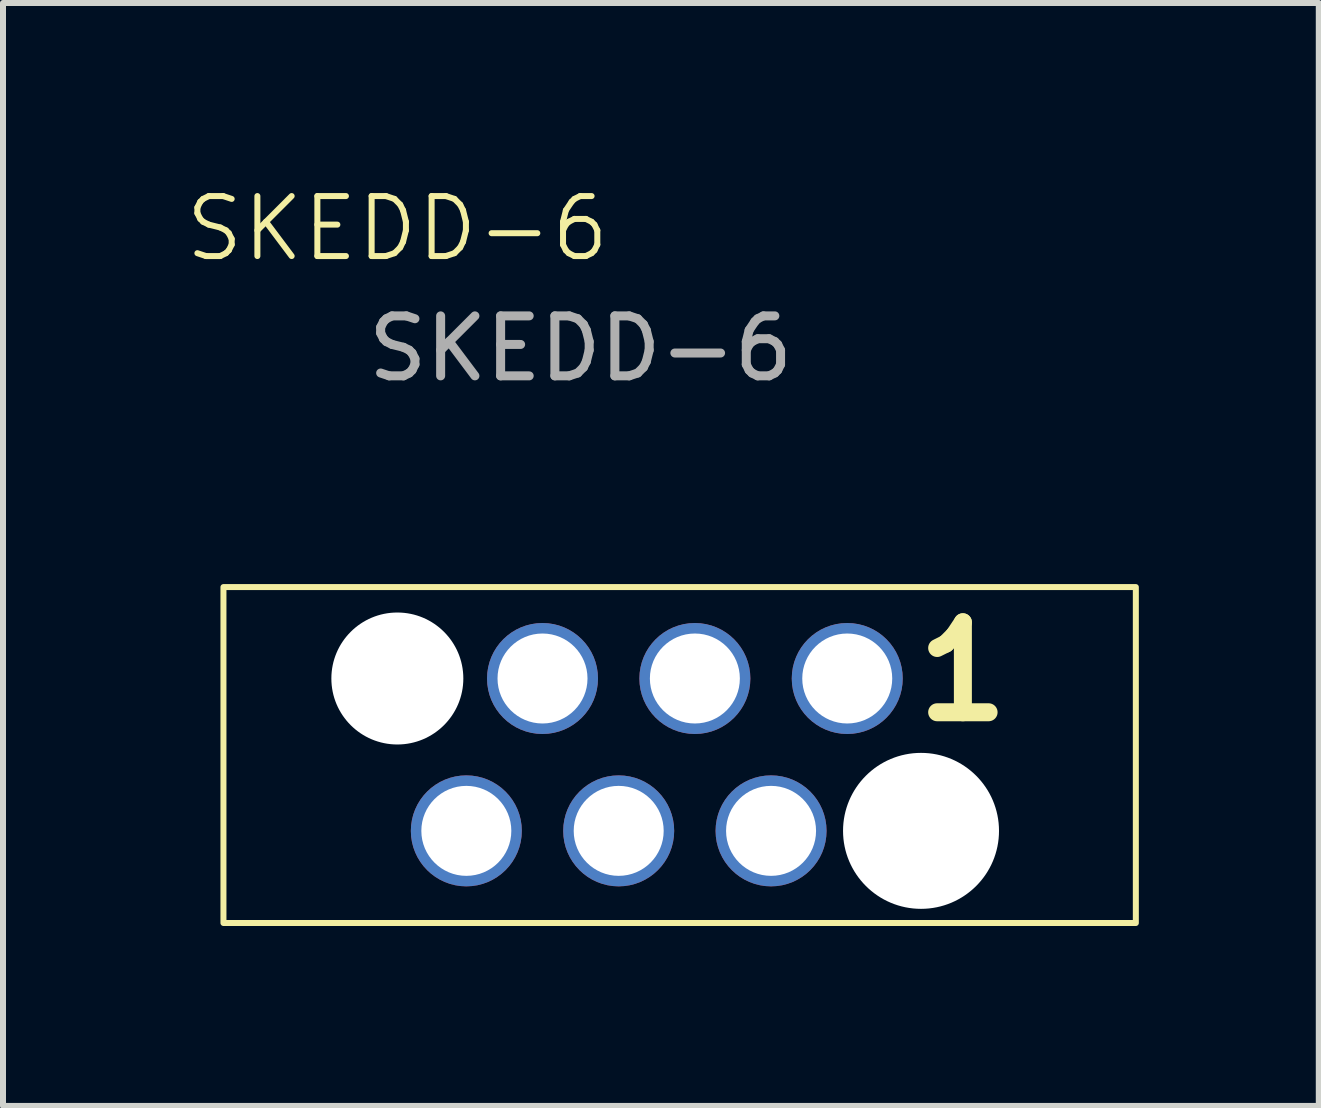
<source format=kicad_pcb>
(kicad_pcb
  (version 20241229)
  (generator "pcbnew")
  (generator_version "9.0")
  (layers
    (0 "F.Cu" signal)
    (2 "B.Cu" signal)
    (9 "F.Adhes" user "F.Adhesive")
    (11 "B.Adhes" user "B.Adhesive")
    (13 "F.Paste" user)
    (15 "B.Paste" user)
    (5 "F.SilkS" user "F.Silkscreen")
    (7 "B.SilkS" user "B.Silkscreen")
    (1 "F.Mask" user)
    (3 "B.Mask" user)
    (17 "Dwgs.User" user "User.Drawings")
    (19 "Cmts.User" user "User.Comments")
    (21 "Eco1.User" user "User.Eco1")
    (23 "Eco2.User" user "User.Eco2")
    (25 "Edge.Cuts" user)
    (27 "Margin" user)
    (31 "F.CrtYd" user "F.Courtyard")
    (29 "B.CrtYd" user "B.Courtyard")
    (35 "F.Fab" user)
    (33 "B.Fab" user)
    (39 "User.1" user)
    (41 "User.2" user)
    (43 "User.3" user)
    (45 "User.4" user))
  (footprint "SKEDD-6"
    (layer "F.Cu")
    (at 11.074 8.261)
    (property "Reference" "SKEDD-6" (at -7.5 -7.5 0) (unlocked yes) (layer "F.SilkS") (effects (font (size 1 1) (thickness 0.1))))
    (attr through_hole)
    (fp_rect (start -10.399 -1.524) (end 4.811 4.076) (stroke (width 0.1) (type default)) (fill no) (layer "F.SilkS"))
    (fp_text user "1" (at 1.016 0.762 0) (unlocked yes) (layer "F.SilkS") (effects (font (size 1.5 1.5) (thickness 0.3) (bold yes)) (justify left bottom)))
    (fp_text user "${REFERENCE}" (at -4.445 -5.5 0) (unlocked yes) (layer "F.Fab") (effects (font (size 1 1) (thickness 0.15))))
    (pad "" np_thru_hole circle (at -7.5 0) (size 2.2 2.2) (drill 2.2) (layers "*.Cu" "*.Mask"))
    (pad "" np_thru_hole circle (at 1.23 2.54) (size 2.6 2.6) (drill 2.6) (layers "*.Cu" "*.Mask"))
    (pad "1" thru_hole circle (at 0 0) (size 1.85 1.85) (drill 1.5) (layers "*.Cu" "*.Mask"))
    (pad "2" thru_hole circle (at -1.27 2.54) (size 1.85 1.85) (drill 1.5) (layers "*.Cu" "*.Mask"))
    (pad "3" thru_hole circle (at -2.54 0) (size 1.85 1.85) (drill 1.5) (layers "*.Cu" "*.Mask"))
    (pad "4" thru_hole circle (at -3.81 2.54) (size 1.85 1.85) (drill 1.5) (layers "*.Cu" "*.Mask"))
    (pad "5" thru_hole circle (at -5.08 0) (size 1.85 1.85) (drill 1.5) (layers "*.Cu" "*.Mask"))
    (pad "6" thru_hole circle (at -6.35 2.54) (size 1.85 1.85) (drill 1.5) (layers "*.Cu" "*.Mask")))
  (gr_rect
    (start -3 -3)
    (end 18.935 15.386)
    (stroke (width 0.1) (type default))
    (fill no)
    (layer "Edge.Cuts")))
</source>
